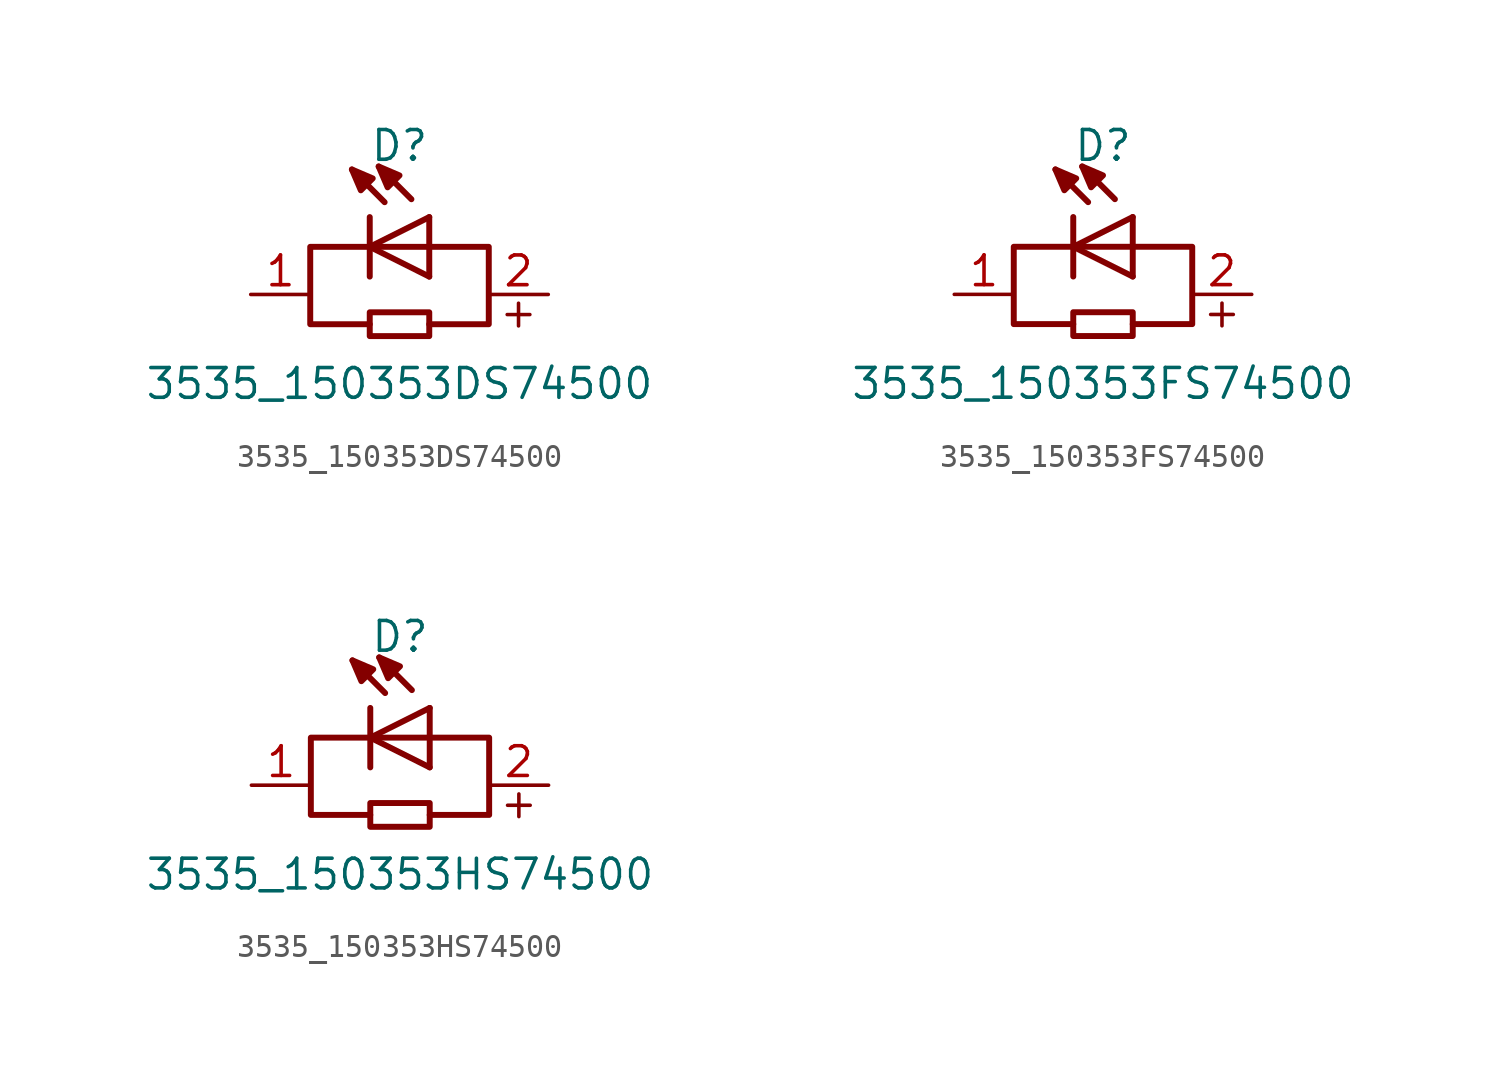
<source format=kicad_sym>
(kicad_symbol_lib
  (version 20220914)
  (generator kicad_symbol_editor)
  (symbol "3535_150353DS74500"
    (pin_names hide)
    (property "Reference" "D"
      (at 0 6.35 0)
      (effects (font (size 1.27 1.27))))
    (property "Value" "3535_150353DS74500"
      (at 0 -3.81 0)
      (effects (font (size 1.27 1.27))))
    (symbol "3535_150353DS74500_1_0"
      (polyline (pts (xy -1.27 2.032) (xy 1.27 2.032)) (stroke (width 0.254) (type solid)) (fill (type none)))
      (polyline (pts (xy -1.27 2.032) (xy 1.27 3.302)) (stroke (width 0.254) (type solid)) (fill (type none)))
      (polyline (pts (xy -1.27 3.302) (xy -1.27 0.762)) (stroke (width 0.254) (type solid)) (fill (type none)))
      (polyline (pts (xy -0.635 3.937) (xy -2.032 5.334)) (stroke (width 0.254) (type solid)) (fill (type none)))
      (polyline (pts (xy 0.508 4.064) (xy -0.889 5.461)) (stroke (width 0.254) (type solid)) (fill (type none)))
      (polyline (pts (xy 1.27 0.762) (xy -1.27 2.032)) (stroke (width 0.254) (type solid)) (fill (type none)))
      (polyline (pts (xy 1.27 3.302) (xy 1.27 0.762)) (stroke (width 0.254) (type solid)) (fill (type none)))
      (polyline (pts (xy -1.27 2.032) (xy -3.81 2.032) (xy -3.81 -1.27) (xy -1.27 -1.27)) (stroke (width 0.254) (type solid)) (fill (type none)))
      (polyline (pts (xy 1.27 -1.27) (xy 3.81 -1.27) (xy 3.81 2.032) (xy 1.27 2.032)) (stroke (width 0.254) (type solid)) (fill (type none)))
      (text "+" (at 5.08 -0.762 0) (effects (font (size 1.27 1.27)))))
    (symbol "3535_150353DS74500_1_1"
      (rectangle (start -1.27 -0.762) (end 1.27 -1.778) (stroke (width 0.254) (type solid)) (fill (type none)))
      (polyline (pts (xy -2.032 5.334) (xy -1.143 4.953) (xy -1.143 4.953) (xy -1.651 4.445) (xy -1.651 4.445) (xy -2.032 5.334)) (stroke (width 0.254) (type solid)) (fill (type outline)))
      (polyline (pts (xy -0.889 5.461) (xy 0 5.08) (xy 0 5.08) (xy -0.508 4.572) (xy -0.508 4.572) (xy -0.889 5.461)) (stroke (width 0.254) (type solid)) (fill (type outline)))
      (pin passive line (at -6.35 0 0) (length 2.54) (name "-" (effects (font (size 1.27 1.27)))) (number "1" (effects (font (size 1.27 1.27)))))
      (pin passive line (at 6.35 0 180) (length 2.54) (name "+" (effects (font (size 1.27 1.27)))) (number "2" (effects (font (size 1.27 1.27)))))))
  (symbol "3535_150353FS74500"
    (pin_names hide)
    (property "Reference" "D"
      (at 0 6.35 0)
      (effects (font (size 1.27 1.27))))
    (property "Value" "3535_150353FS74500"
      (at 0 -3.81 0)
      (effects (font (size 1.27 1.27))))
    (symbol "3535_150353FS74500_1_0"
      (polyline (pts (xy -1.27 2.032) (xy 1.27 2.032)) (stroke (width 0.254) (type solid)) (fill (type none)))
      (polyline (pts (xy -1.27 2.032) (xy 1.27 3.302)) (stroke (width 0.254) (type solid)) (fill (type none)))
      (polyline (pts (xy -1.27 3.302) (xy -1.27 0.762)) (stroke (width 0.254) (type solid)) (fill (type none)))
      (polyline (pts (xy -0.635 3.937) (xy -2.032 5.334)) (stroke (width 0.254) (type solid)) (fill (type none)))
      (polyline (pts (xy 0.508 4.064) (xy -0.889 5.461)) (stroke (width 0.254) (type solid)) (fill (type none)))
      (polyline (pts (xy 1.27 0.762) (xy -1.27 2.032)) (stroke (width 0.254) (type solid)) (fill (type none)))
      (polyline (pts (xy 1.27 3.302) (xy 1.27 0.762)) (stroke (width 0.254) (type solid)) (fill (type none)))
      (polyline (pts (xy -1.27 2.032) (xy -3.81 2.032) (xy -3.81 -1.27) (xy -1.27 -1.27)) (stroke (width 0.254) (type solid)) (fill (type none)))
      (polyline (pts (xy 1.27 -1.27) (xy 3.81 -1.27) (xy 3.81 2.032) (xy 1.27 2.032)) (stroke (width 0.254) (type solid)) (fill (type none)))
      (text "+" (at 5.08 -0.762 0) (effects (font (size 1.27 1.27)))))
    (symbol "3535_150353FS74500_1_1"
      (rectangle (start -1.27 -0.762) (end 1.27 -1.778) (stroke (width 0.254) (type solid)) (fill (type none)))
      (polyline (pts (xy -2.032 5.334) (xy -1.143 4.953) (xy -1.143 4.953) (xy -1.651 4.445) (xy -1.651 4.445) (xy -2.032 5.334)) (stroke (width 0.254) (type solid)) (fill (type outline)))
      (polyline (pts (xy -0.889 5.461) (xy 0 5.08) (xy 0 5.08) (xy -0.508 4.572) (xy -0.508 4.572) (xy -0.889 5.461)) (stroke (width 0.254) (type solid)) (fill (type outline)))
      (pin passive line (at -6.35 0 0) (length 2.54) (name "-" (effects (font (size 1.27 1.27)))) (number "1" (effects (font (size 1.27 1.27)))))
      (pin passive line (at 6.35 0 180) (length 2.54) (name "+" (effects (font (size 1.27 1.27)))) (number "2" (effects (font (size 1.27 1.27)))))))
  (symbol "3535_150353HS74500"
    (pin_names hide)
    (property "Reference" "D"
      (at 0 6.35 0)
      (effects (font (size 1.27 1.27))))
    (property "Value" "3535_150353HS74500"
      (at 0 -3.81 0)
      (effects (font (size 1.27 1.27))))
    (symbol "3535_150353HS74500_1_0"
      (polyline (pts (xy -1.27 2.032) (xy 1.27 2.032)) (stroke (width 0.254) (type solid)) (fill (type none)))
      (polyline (pts (xy -1.27 2.032) (xy 1.27 3.302)) (stroke (width 0.254) (type solid)) (fill (type none)))
      (polyline (pts (xy -1.27 3.302) (xy -1.27 0.762)) (stroke (width 0.254) (type solid)) (fill (type none)))
      (polyline (pts (xy -0.635 3.937) (xy -2.032 5.334)) (stroke (width 0.254) (type solid)) (fill (type none)))
      (polyline (pts (xy 0.508 4.064) (xy -0.889 5.461)) (stroke (width 0.254) (type solid)) (fill (type none)))
      (polyline (pts (xy 1.27 0.762) (xy -1.27 2.032)) (stroke (width 0.254) (type solid)) (fill (type none)))
      (polyline (pts (xy 1.27 3.302) (xy 1.27 0.762)) (stroke (width 0.254) (type solid)) (fill (type none)))
      (polyline (pts (xy -1.27 2.032) (xy -3.81 2.032) (xy -3.81 -1.27) (xy -1.27 -1.27)) (stroke (width 0.254) (type solid)) (fill (type none)))
      (polyline (pts (xy 1.27 -1.27) (xy 3.81 -1.27) (xy 3.81 2.032) (xy 1.27 2.032)) (stroke (width 0.254) (type solid)) (fill (type none)))
      (text "+" (at 5.08 -0.762 0) (effects (font (size 1.27 1.27)))))
    (symbol "3535_150353HS74500_1_1"
      (rectangle (start -1.27 -0.762) (end 1.27 -1.778) (stroke (width 0.254) (type solid)) (fill (type none)))
      (polyline (pts (xy -2.032 5.334) (xy -1.143 4.953) (xy -1.143 4.953) (xy -1.651 4.445) (xy -1.651 4.445) (xy -2.032 5.334)) (stroke (width 0.254) (type solid)) (fill (type outline)))
      (polyline (pts (xy -0.889 5.461) (xy 0 5.08) (xy 0 5.08) (xy -0.508 4.572) (xy -0.508 4.572) (xy -0.889 5.461)) (stroke (width 0.254) (type solid)) (fill (type outline)))
      (pin passive line (at -6.35 0 0) (length 2.54) (name "-" (effects (font (size 1.27 1.27)))) (number "1" (effects (font (size 1.27 1.27)))))
      (pin passive line (at 6.35 0 180) (length 2.54) (name "+" (effects (font (size 1.27 1.27)))) (number "2" (effects (font (size 1.27 1.27))))))))
</source>
